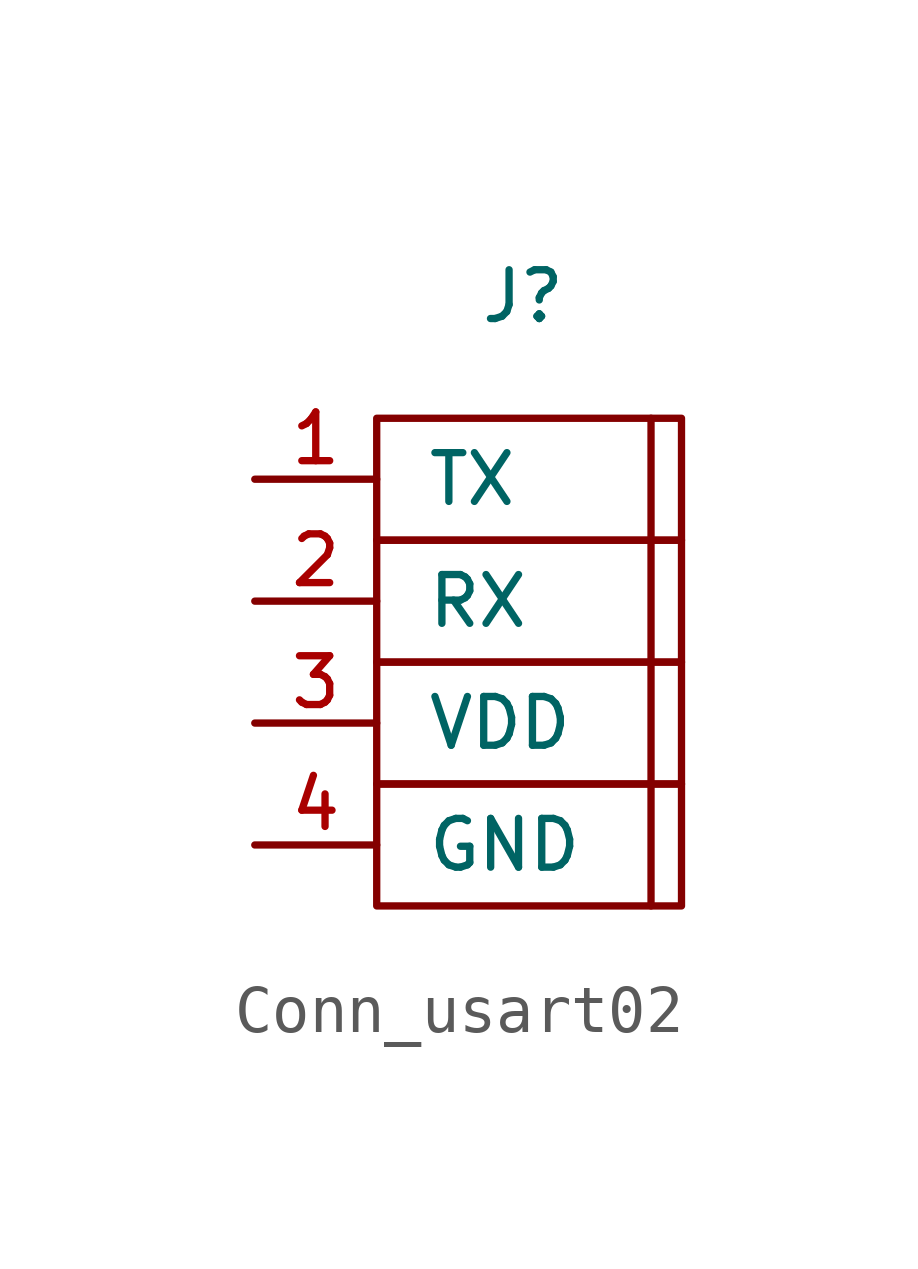
<source format=kicad_sym>
(kicad_symbol_lib
  (version 20231120)
  (generator "kicad_symbol_editor")
  (generator_version "8.0")
  (symbol "Conn_usart02"
    (pin_names
      (offset 1.016))
    (property "Reference" "J"
      (at 0.508 3.81 0)
      (effects (font (size 1.016 1.016))))
    (symbol "Conn_usart02_0_1"
      (rectangle (start -2.54 -6.35) (end 3.81 -8.89) (stroke (width 0) (type default)) (fill (type none)))
      (rectangle (start -2.54 -3.81) (end 3.81 -6.35) (stroke (width 0) (type default)) (fill (type none)))
      (rectangle (start -2.54 -1.27) (end 3.81 -3.81) (stroke (width 0) (type default)) (fill (type none)))
      (rectangle (start -2.54 1.27) (end 3.81 -1.27) (stroke (width 0) (type default)) (fill (type none)))
      (polyline (pts (xy 3.175 1.27) (xy 3.175 -8.89)) (stroke (width 0) (type default)) (fill (type none))))
    (symbol "Conn_usart02_1_1"
      (pin bidirectional line (at -5.08 0 0) (length 2.54) (name "TX" (effects (font (size 1.016 1.016)))) (number "1" (effects (font (size 1.016 1.016)))))
      (pin bidirectional line (at -5.08 -2.54 0) (length 2.54) (name "RX" (effects (font (size 1.016 1.016)))) (number "2" (effects (font (size 1.016 1.016)))))
      (pin power_out line (at -5.08 -5.08 0) (length 2.54) (name "VDD" (effects (font (size 1.016 1.016)))) (number "3" (effects (font (size 1.016 1.016)))))
      (pin power_out line (at -5.08 -7.62 0) (length 2.54) (name "GND" (effects (font (size 1.016 1.016)))) (number "4" (effects (font (size 1.016 1.016))))))))
</source>
